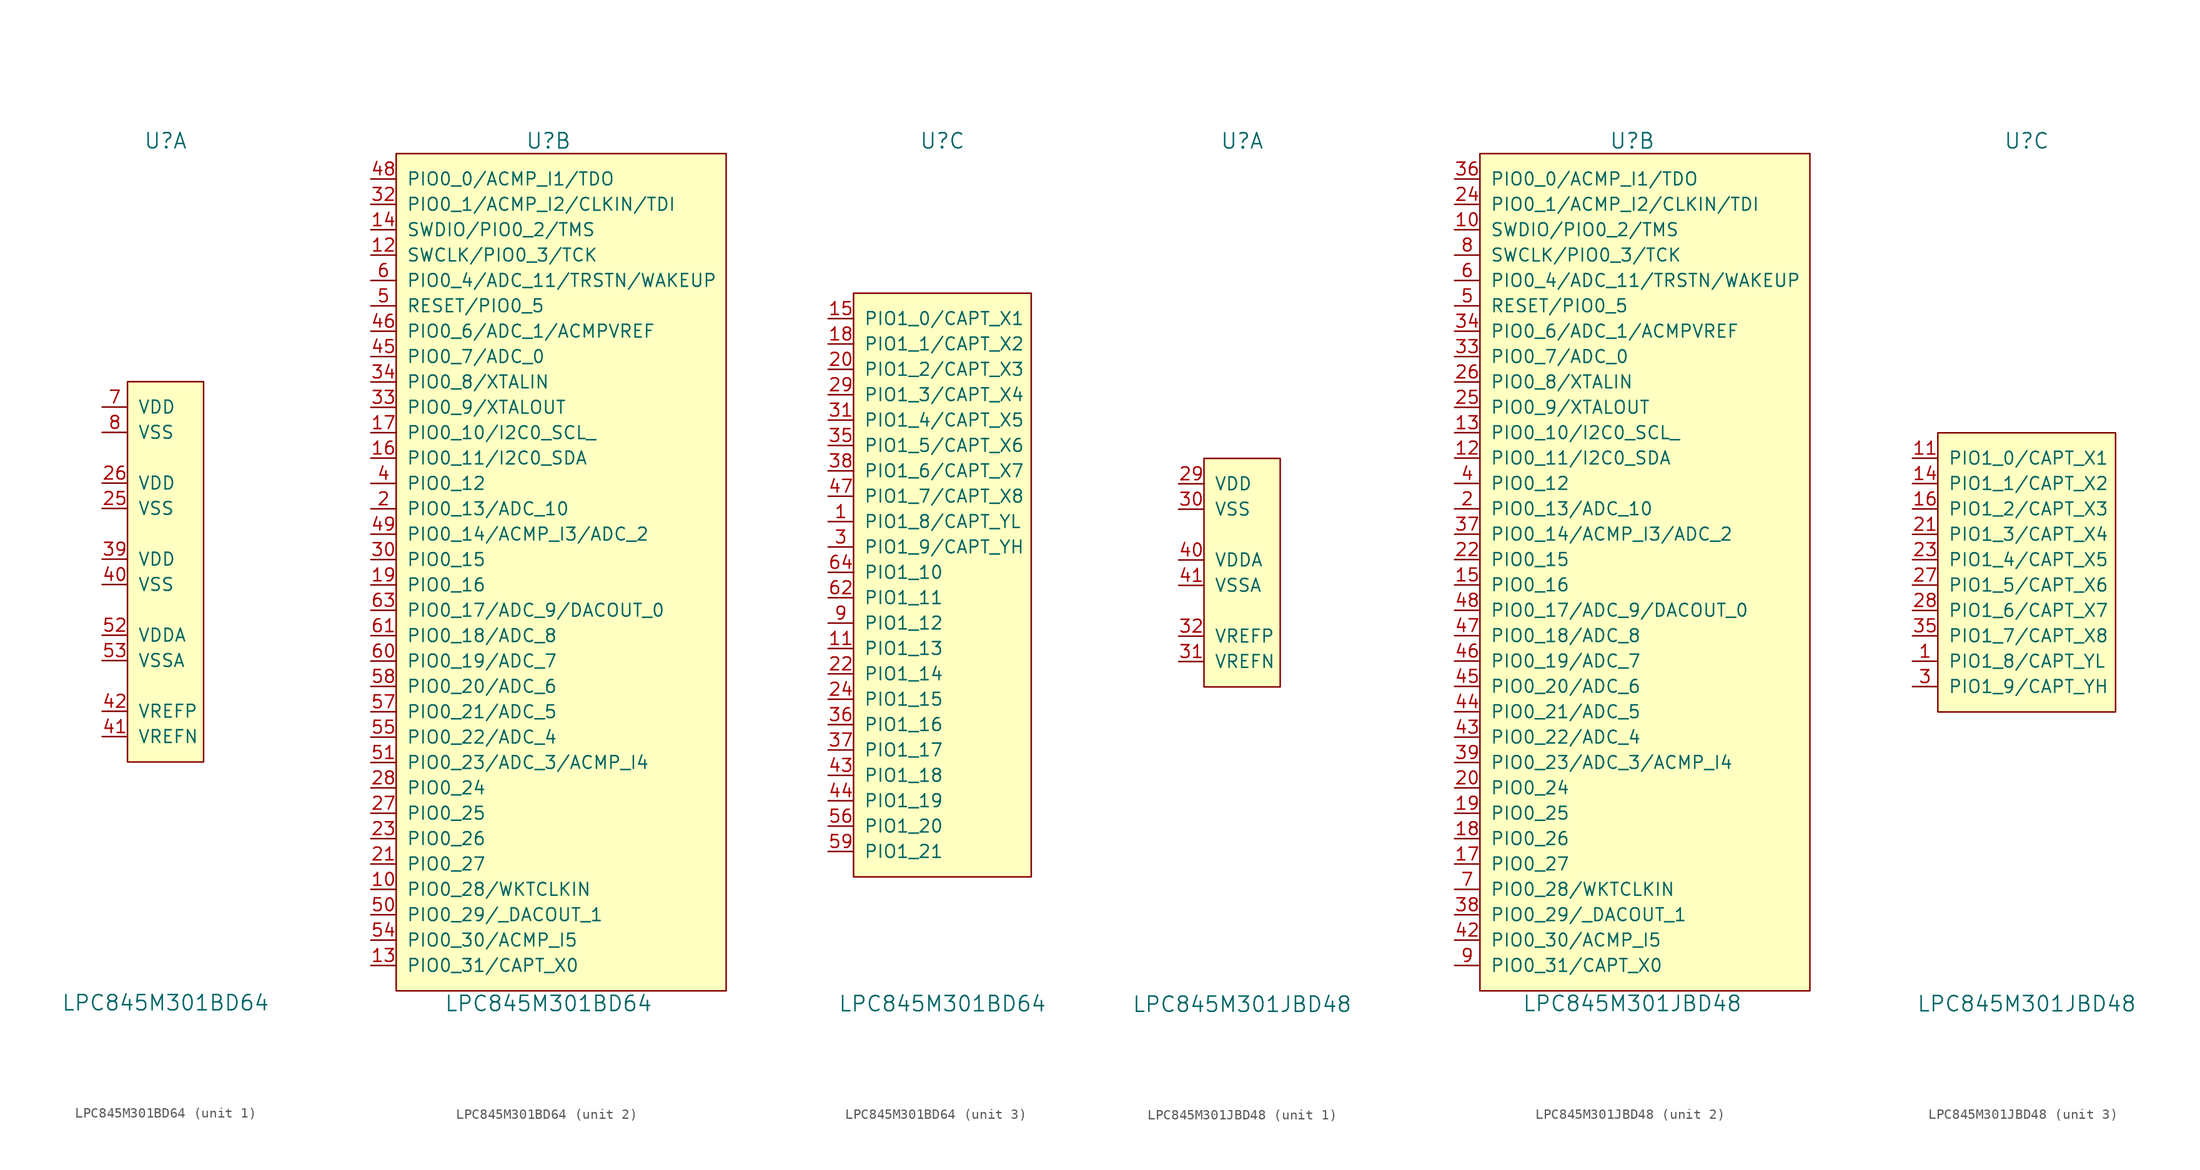
<source format=kicad_sym>
(kicad_symbol_lib
  (version 20211014)
  (generator kicad_symbol_editor)
  (symbol "LPC845M301BD64"
    (pin_names
      (offset 1.016))
    (property "Reference" "U"
      (at 0 43.18 0)
      (effects (font (size 1.524 1.524))))
    (property "Value" "LPC845M301BD64"
      (at 0 -43.18 0)
      (effects (font (size 1.524 1.524))))
    (property "ki_locked" ""
      (at 0 0 0)
      (effects (font (size 1.27 1.27))))
    (symbol "LPC845M301BD64_1_1"
      (rectangle (start -3.81 19.05) (end 3.81 -19.05) (stroke (width 0) (type default) (color 0 0 0 0)) (fill (type background)))
      (pin power_in line (at -6.35 6.35 0) (length 2.54) (name "VSS" (effects (font (size 1.27 1.27)))) (number "25" (effects (font (size 1.27 1.27)))))
      (pin power_in line (at -6.35 8.89 0) (length 2.54) (name "VDD" (effects (font (size 1.27 1.27)))) (number "26" (effects (font (size 1.27 1.27)))))
      (pin power_in line (at -6.35 1.27 0) (length 2.54) (name "VDD" (effects (font (size 1.27 1.27)))) (number "39" (effects (font (size 1.27 1.27)))))
      (pin power_in line (at -6.35 -1.27 0) (length 2.54) (name "VSS" (effects (font (size 1.27 1.27)))) (number "40" (effects (font (size 1.27 1.27)))))
      (pin power_in line (at -6.35 -16.51 0) (length 2.54) (name "VREFN" (effects (font (size 1.27 1.27)))) (number "41" (effects (font (size 1.27 1.27)))))
      (pin power_in line (at -6.35 -13.97 0) (length 2.54) (name "VREFP" (effects (font (size 1.27 1.27)))) (number "42" (effects (font (size 1.27 1.27)))))
      (pin power_in line (at -6.35 -6.35 0) (length 2.54) (name "VDDA" (effects (font (size 1.27 1.27)))) (number "52" (effects (font (size 1.27 1.27)))))
      (pin power_in line (at -6.35 -8.89 0) (length 2.54) (name "VSSA" (effects (font (size 1.27 1.27)))) (number "53" (effects (font (size 1.27 1.27)))))
      (pin power_in line (at -6.35 16.51 0) (length 2.54) (name "VDD" (effects (font (size 1.27 1.27)))) (number "7" (effects (font (size 1.27 1.27)))))
      (pin power_in line (at -6.35 13.97 0) (length 2.54) (name "VSS" (effects (font (size 1.27 1.27)))) (number "8" (effects (font (size 1.27 1.27))))))
    (symbol "LPC845M301BD64_2_1"
      (rectangle (start -15.24 41.91) (end 17.78 -41.91) (stroke (width 0) (type default) (color 0 0 0 0)) (fill (type background)))
      (pin bidirectional line (at -17.78 -31.75 0) (length 2.54) (name "PIO0_28/WKTCLKIN" (effects (font (size 1.27 1.27)))) (number "10" (effects (font (size 1.27 1.27)))))
      (pin bidirectional line (at -17.78 31.75 0) (length 2.54) (name "SWCLK/PIO0_3/TCK" (effects (font (size 1.27 1.27)))) (number "12" (effects (font (size 1.27 1.27)))))
      (pin bidirectional line (at -17.78 -39.37 0) (length 2.54) (name "PIO0_31/CAPT_X0" (effects (font (size 1.27 1.27)))) (number "13" (effects (font (size 1.27 1.27)))))
      (pin bidirectional line (at -17.78 34.29 0) (length 2.54) (name "SWDIO/PIO0_2/TMS" (effects (font (size 1.27 1.27)))) (number "14" (effects (font (size 1.27 1.27)))))
      (pin bidirectional line (at -17.78 11.43 0) (length 2.54) (name "PIO0_11/I2C0_SDA" (effects (font (size 1.27 1.27)))) (number "16" (effects (font (size 1.27 1.27)))))
      (pin bidirectional line (at -17.78 13.97 0) (length 2.54) (name "PIO0_10/I2C0_SCL_" (effects (font (size 1.27 1.27)))) (number "17" (effects (font (size 1.27 1.27)))))
      (pin bidirectional line (at -17.78 -1.27 0) (length 2.54) (name "PIO0_16" (effects (font (size 1.27 1.27)))) (number "19" (effects (font (size 1.27 1.27)))))
      (pin bidirectional line (at -17.78 6.35 0) (length 2.54) (name "PIO0_13/ADC_10" (effects (font (size 1.27 1.27)))) (number "2" (effects (font (size 1.27 1.27)))))
      (pin bidirectional line (at -17.78 -29.21 0) (length 2.54) (name "PIO0_27" (effects (font (size 1.27 1.27)))) (number "21" (effects (font (size 1.27 1.27)))))
      (pin bidirectional line (at -17.78 -26.67 0) (length 2.54) (name "PIO0_26" (effects (font (size 1.27 1.27)))) (number "23" (effects (font (size 1.27 1.27)))))
      (pin bidirectional line (at -17.78 -24.13 0) (length 2.54) (name "PIO0_25" (effects (font (size 1.27 1.27)))) (number "27" (effects (font (size 1.27 1.27)))))
      (pin bidirectional line (at -17.78 -21.59 0) (length 2.54) (name "PIO0_24" (effects (font (size 1.27 1.27)))) (number "28" (effects (font (size 1.27 1.27)))))
      (pin bidirectional line (at -17.78 1.27 0) (length 2.54) (name "PIO0_15" (effects (font (size 1.27 1.27)))) (number "30" (effects (font (size 1.27 1.27)))))
      (pin bidirectional line (at -17.78 36.83 0) (length 2.54) (name "PIO0_1/ACMP_I2/CLKIN/TDI" (effects (font (size 1.27 1.27)))) (number "32" (effects (font (size 1.27 1.27)))))
      (pin bidirectional line (at -17.78 16.51 0) (length 2.54) (name "PIO0_9/XTALOUT" (effects (font (size 1.27 1.27)))) (number "33" (effects (font (size 1.27 1.27)))))
      (pin bidirectional line (at -17.78 19.05 0) (length 2.54) (name "PIO0_8/XTALIN" (effects (font (size 1.27 1.27)))) (number "34" (effects (font (size 1.27 1.27)))))
      (pin bidirectional line (at -17.78 8.89 0) (length 2.54) (name "PIO0_12" (effects (font (size 1.27 1.27)))) (number "4" (effects (font (size 1.27 1.27)))))
      (pin bidirectional line (at -17.78 21.59 0) (length 2.54) (name "PIO0_7/ADC_0" (effects (font (size 1.27 1.27)))) (number "45" (effects (font (size 1.27 1.27)))))
      (pin bidirectional line (at -17.78 24.13 0) (length 2.54) (name "PIO0_6/ADC_1/ACMPVREF" (effects (font (size 1.27 1.27)))) (number "46" (effects (font (size 1.27 1.27)))))
      (pin bidirectional line (at -17.78 39.37 0) (length 2.54) (name "PIO0_0/ACMP_I1/TDO" (effects (font (size 1.27 1.27)))) (number "48" (effects (font (size 1.27 1.27)))))
      (pin bidirectional line (at -17.78 3.81 0) (length 2.54) (name "PIO0_14/ACMP_I3/ADC_2" (effects (font (size 1.27 1.27)))) (number "49" (effects (font (size 1.27 1.27)))))
      (pin bidirectional line (at -17.78 26.67 0) (length 2.54) (name "RESET/PIO0_5" (effects (font (size 1.27 1.27)))) (number "5" (effects (font (size 1.27 1.27)))))
      (pin bidirectional line (at -17.78 -34.29 0) (length 2.54) (name "PIO0_29/_DACOUT_1" (effects (font (size 1.27 1.27)))) (number "50" (effects (font (size 1.27 1.27)))))
      (pin bidirectional line (at -17.78 -19.05 0) (length 2.54) (name "PIO0_23/ADC_3/ACMP_I4" (effects (font (size 1.27 1.27)))) (number "51" (effects (font (size 1.27 1.27)))))
      (pin bidirectional line (at -17.78 -36.83 0) (length 2.54) (name "PIO0_30/ACMP_I5" (effects (font (size 1.27 1.27)))) (number "54" (effects (font (size 1.27 1.27)))))
      (pin bidirectional line (at -17.78 -16.51 0) (length 2.54) (name "PIO0_22/ADC_4" (effects (font (size 1.27 1.27)))) (number "55" (effects (font (size 1.27 1.27)))))
      (pin bidirectional line (at -17.78 -13.97 0) (length 2.54) (name "PIO0_21/ADC_5" (effects (font (size 1.27 1.27)))) (number "57" (effects (font (size 1.27 1.27)))))
      (pin bidirectional line (at -17.78 -11.43 0) (length 2.54) (name "PIO0_20/ADC_6" (effects (font (size 1.27 1.27)))) (number "58" (effects (font (size 1.27 1.27)))))
      (pin bidirectional line (at -17.78 29.21 0) (length 2.54) (name "PIO0_4/ADC_11/TRSTN/WAKEUP" (effects (font (size 1.27 1.27)))) (number "6" (effects (font (size 1.27 1.27)))))
      (pin bidirectional line (at -17.78 -8.89 0) (length 2.54) (name "PIO0_19/ADC_7" (effects (font (size 1.27 1.27)))) (number "60" (effects (font (size 1.27 1.27)))))
      (pin bidirectional line (at -17.78 -6.35 0) (length 2.54) (name "PIO0_18/ADC_8" (effects (font (size 1.27 1.27)))) (number "61" (effects (font (size 1.27 1.27)))))
      (pin bidirectional line (at -17.78 -3.81 0) (length 2.54) (name "PIO0_17/ADC_9/DACOUT_0" (effects (font (size 1.27 1.27)))) (number "63" (effects (font (size 1.27 1.27))))))
    (symbol "LPC845M301BD64_3_1"
      (rectangle (start -8.89 27.94) (end 8.89 -30.48) (stroke (width 0) (type default) (color 0 0 0 0)) (fill (type background)))
      (pin bidirectional line (at -11.43 5.08 0) (length 2.54) (name "PIO1_8/CAPT_YL" (effects (font (size 1.27 1.27)))) (number "1" (effects (font (size 1.27 1.27)))))
      (pin bidirectional line (at -11.43 -7.62 0) (length 2.54) (name "PIO1_13" (effects (font (size 1.27 1.27)))) (number "11" (effects (font (size 1.27 1.27)))))
      (pin bidirectional line (at -11.43 25.4 0) (length 2.54) (name "PIO1_0/CAPT_X1" (effects (font (size 1.27 1.27)))) (number "15" (effects (font (size 1.27 1.27)))))
      (pin bidirectional line (at -11.43 22.86 0) (length 2.54) (name "PIO1_1/CAPT_X2" (effects (font (size 1.27 1.27)))) (number "18" (effects (font (size 1.27 1.27)))))
      (pin bidirectional line (at -11.43 20.32 0) (length 2.54) (name "PIO1_2/CAPT_X3" (effects (font (size 1.27 1.27)))) (number "20" (effects (font (size 1.27 1.27)))))
      (pin bidirectional line (at -11.43 -10.16 0) (length 2.54) (name "PIO1_14" (effects (font (size 1.27 1.27)))) (number "22" (effects (font (size 1.27 1.27)))))
      (pin bidirectional line (at -11.43 -12.7 0) (length 2.54) (name "PIO1_15" (effects (font (size 1.27 1.27)))) (number "24" (effects (font (size 1.27 1.27)))))
      (pin bidirectional line (at -11.43 17.78 0) (length 2.54) (name "PIO1_3/CAPT_X4" (effects (font (size 1.27 1.27)))) (number "29" (effects (font (size 1.27 1.27)))))
      (pin bidirectional line (at -11.43 2.54 0) (length 2.54) (name "PIO1_9/CAPT_YH" (effects (font (size 1.27 1.27)))) (number "3" (effects (font (size 1.27 1.27)))))
      (pin bidirectional line (at -11.43 15.24 0) (length 2.54) (name "PIO1_4/CAPT_X5" (effects (font (size 1.27 1.27)))) (number "31" (effects (font (size 1.27 1.27)))))
      (pin bidirectional line (at -11.43 12.7 0) (length 2.54) (name "PIO1_5/CAPT_X6" (effects (font (size 1.27 1.27)))) (number "35" (effects (font (size 1.27 1.27)))))
      (pin bidirectional line (at -11.43 -15.24 0) (length 2.54) (name "PIO1_16" (effects (font (size 1.27 1.27)))) (number "36" (effects (font (size 1.27 1.27)))))
      (pin bidirectional line (at -11.43 -17.78 0) (length 2.54) (name "PIO1_17" (effects (font (size 1.27 1.27)))) (number "37" (effects (font (size 1.27 1.27)))))
      (pin bidirectional line (at -11.43 10.16 0) (length 2.54) (name "PIO1_6/CAPT_X7" (effects (font (size 1.27 1.27)))) (number "38" (effects (font (size 1.27 1.27)))))
      (pin bidirectional line (at -11.43 -20.32 0) (length 2.54) (name "PIO1_18" (effects (font (size 1.27 1.27)))) (number "43" (effects (font (size 1.27 1.27)))))
      (pin bidirectional line (at -11.43 -22.86 0) (length 2.54) (name "PIO1_19" (effects (font (size 1.27 1.27)))) (number "44" (effects (font (size 1.27 1.27)))))
      (pin bidirectional line (at -11.43 7.62 0) (length 2.54) (name "PIO1_7/CAPT_X8" (effects (font (size 1.27 1.27)))) (number "47" (effects (font (size 1.27 1.27)))))
      (pin bidirectional line (at -11.43 -25.4 0) (length 2.54) (name "PIO1_20" (effects (font (size 1.27 1.27)))) (number "56" (effects (font (size 1.27 1.27)))))
      (pin bidirectional line (at -11.43 -27.94 0) (length 2.54) (name "PIO1_21" (effects (font (size 1.27 1.27)))) (number "59" (effects (font (size 1.27 1.27)))))
      (pin bidirectional line (at -11.43 -2.54 0) (length 2.54) (name "PIO1_11" (effects (font (size 1.27 1.27)))) (number "62" (effects (font (size 1.27 1.27)))))
      (pin bidirectional line (at -11.43 0 0) (length 2.54) (name "PIO1_10" (effects (font (size 1.27 1.27)))) (number "64" (effects (font (size 1.27 1.27)))))
      (pin bidirectional line (at -11.43 -5.08 0) (length 2.54) (name "PIO1_12" (effects (font (size 1.27 1.27)))) (number "9" (effects (font (size 1.27 1.27)))))))
  (symbol "LPC845M301JBD48"
    (pin_names
      (offset 1.016))
    (property "Reference" "U"
      (at 0 43.18 0)
      (effects (font (size 1.524 1.524))))
    (property "Value" "LPC845M301JBD48"
      (at 0 -43.18 0)
      (effects (font (size 1.524 1.524))))
    (property "ki_locked" ""
      (at 0 0 0)
      (effects (font (size 1.27 1.27))))
    (symbol "LPC845M301JBD48_1_1"
      (rectangle (start -3.81 11.43) (end 3.81 -11.43) (stroke (width 0) (type default) (color 0 0 0 0)) (fill (type background)))
      (pin power_in line (at -6.35 8.89 0) (length 2.54) (name "VDD" (effects (font (size 1.27 1.27)))) (number "29" (effects (font (size 1.27 1.27)))))
      (pin power_in line (at -6.35 6.35 0) (length 2.54) (name "VSS" (effects (font (size 1.27 1.27)))) (number "30" (effects (font (size 1.27 1.27)))))
      (pin power_in line (at -6.35 -8.89 0) (length 2.54) (name "VREFN" (effects (font (size 1.27 1.27)))) (number "31" (effects (font (size 1.27 1.27)))))
      (pin power_in line (at -6.35 -6.35 0) (length 2.54) (name "VREFP" (effects (font (size 1.27 1.27)))) (number "32" (effects (font (size 1.27 1.27)))))
      (pin power_in line (at -6.35 1.27 0) (length 2.54) (name "VDDA" (effects (font (size 1.27 1.27)))) (number "40" (effects (font (size 1.27 1.27)))))
      (pin power_in line (at -6.35 -1.27 0) (length 2.54) (name "VSSA" (effects (font (size 1.27 1.27)))) (number "41" (effects (font (size 1.27 1.27))))))
    (symbol "LPC845M301JBD48_2_1"
      (rectangle (start -15.24 41.91) (end 17.78 -41.91) (stroke (width 0) (type default) (color 0 0 0 0)) (fill (type background)))
      (pin bidirectional line (at -17.78 34.29 0) (length 2.54) (name "SWDIO/PIO0_2/TMS" (effects (font (size 1.27 1.27)))) (number "10" (effects (font (size 1.27 1.27)))))
      (pin bidirectional line (at -17.78 11.43 0) (length 2.54) (name "PIO0_11/I2C0_SDA" (effects (font (size 1.27 1.27)))) (number "12" (effects (font (size 1.27 1.27)))))
      (pin bidirectional line (at -17.78 13.97 0) (length 2.54) (name "PIO0_10/I2C0_SCL_" (effects (font (size 1.27 1.27)))) (number "13" (effects (font (size 1.27 1.27)))))
      (pin bidirectional line (at -17.78 -1.27 0) (length 2.54) (name "PIO0_16" (effects (font (size 1.27 1.27)))) (number "15" (effects (font (size 1.27 1.27)))))
      (pin bidirectional line (at -17.78 -29.21 0) (length 2.54) (name "PIO0_27" (effects (font (size 1.27 1.27)))) (number "17" (effects (font (size 1.27 1.27)))))
      (pin bidirectional line (at -17.78 -26.67 0) (length 2.54) (name "PIO0_26" (effects (font (size 1.27 1.27)))) (number "18" (effects (font (size 1.27 1.27)))))
      (pin bidirectional line (at -17.78 -24.13 0) (length 2.54) (name "PIO0_25" (effects (font (size 1.27 1.27)))) (number "19" (effects (font (size 1.27 1.27)))))
      (pin bidirectional line (at -17.78 6.35 0) (length 2.54) (name "PIO0_13/ADC_10" (effects (font (size 1.27 1.27)))) (number "2" (effects (font (size 1.27 1.27)))))
      (pin bidirectional line (at -17.78 -21.59 0) (length 2.54) (name "PIO0_24" (effects (font (size 1.27 1.27)))) (number "20" (effects (font (size 1.27 1.27)))))
      (pin bidirectional line (at -17.78 1.27 0) (length 2.54) (name "PIO0_15" (effects (font (size 1.27 1.27)))) (number "22" (effects (font (size 1.27 1.27)))))
      (pin bidirectional line (at -17.78 36.83 0) (length 2.54) (name "PIO0_1/ACMP_I2/CLKIN/TDI" (effects (font (size 1.27 1.27)))) (number "24" (effects (font (size 1.27 1.27)))))
      (pin bidirectional line (at -17.78 16.51 0) (length 2.54) (name "PIO0_9/XTALOUT" (effects (font (size 1.27 1.27)))) (number "25" (effects (font (size 1.27 1.27)))))
      (pin bidirectional line (at -17.78 19.05 0) (length 2.54) (name "PIO0_8/XTALIN" (effects (font (size 1.27 1.27)))) (number "26" (effects (font (size 1.27 1.27)))))
      (pin bidirectional line (at -17.78 21.59 0) (length 2.54) (name "PIO0_7/ADC_0" (effects (font (size 1.27 1.27)))) (number "33" (effects (font (size 1.27 1.27)))))
      (pin bidirectional line (at -17.78 24.13 0) (length 2.54) (name "PIO0_6/ADC_1/ACMPVREF" (effects (font (size 1.27 1.27)))) (number "34" (effects (font (size 1.27 1.27)))))
      (pin bidirectional line (at -17.78 39.37 0) (length 2.54) (name "PIO0_0/ACMP_I1/TDO" (effects (font (size 1.27 1.27)))) (number "36" (effects (font (size 1.27 1.27)))))
      (pin bidirectional line (at -17.78 3.81 0) (length 2.54) (name "PIO0_14/ACMP_I3/ADC_2" (effects (font (size 1.27 1.27)))) (number "37" (effects (font (size 1.27 1.27)))))
      (pin bidirectional line (at -17.78 -34.29 0) (length 2.54) (name "PIO0_29/_DACOUT_1" (effects (font (size 1.27 1.27)))) (number "38" (effects (font (size 1.27 1.27)))))
      (pin bidirectional line (at -17.78 -19.05 0) (length 2.54) (name "PIO0_23/ADC_3/ACMP_I4" (effects (font (size 1.27 1.27)))) (number "39" (effects (font (size 1.27 1.27)))))
      (pin bidirectional line (at -17.78 8.89 0) (length 2.54) (name "PIO0_12" (effects (font (size 1.27 1.27)))) (number "4" (effects (font (size 1.27 1.27)))))
      (pin bidirectional line (at -17.78 -36.83 0) (length 2.54) (name "PIO0_30/ACMP_I5" (effects (font (size 1.27 1.27)))) (number "42" (effects (font (size 1.27 1.27)))))
      (pin bidirectional line (at -17.78 -16.51 0) (length 2.54) (name "PIO0_22/ADC_4" (effects (font (size 1.27 1.27)))) (number "43" (effects (font (size 1.27 1.27)))))
      (pin bidirectional line (at -17.78 -13.97 0) (length 2.54) (name "PIO0_21/ADC_5" (effects (font (size 1.27 1.27)))) (number "44" (effects (font (size 1.27 1.27)))))
      (pin bidirectional line (at -17.78 -11.43 0) (length 2.54) (name "PIO0_20/ADC_6" (effects (font (size 1.27 1.27)))) (number "45" (effects (font (size 1.27 1.27)))))
      (pin bidirectional line (at -17.78 -8.89 0) (length 2.54) (name "PIO0_19/ADC_7" (effects (font (size 1.27 1.27)))) (number "46" (effects (font (size 1.27 1.27)))))
      (pin bidirectional line (at -17.78 -6.35 0) (length 2.54) (name "PIO0_18/ADC_8" (effects (font (size 1.27 1.27)))) (number "47" (effects (font (size 1.27 1.27)))))
      (pin bidirectional line (at -17.78 -3.81 0) (length 2.54) (name "PIO0_17/ADC_9/DACOUT_0" (effects (font (size 1.27 1.27)))) (number "48" (effects (font (size 1.27 1.27)))))
      (pin bidirectional line (at -17.78 26.67 0) (length 2.54) (name "RESET/PIO0_5" (effects (font (size 1.27 1.27)))) (number "5" (effects (font (size 1.27 1.27)))))
      (pin bidirectional line (at -17.78 29.21 0) (length 2.54) (name "PIO0_4/ADC_11/TRSTN/WAKEUP" (effects (font (size 1.27 1.27)))) (number "6" (effects (font (size 1.27 1.27)))))
      (pin bidirectional line (at -17.78 -31.75 0) (length 2.54) (name "PIO0_28/WKTCLKIN" (effects (font (size 1.27 1.27)))) (number "7" (effects (font (size 1.27 1.27)))))
      (pin bidirectional line (at -17.78 31.75 0) (length 2.54) (name "SWCLK/PIO0_3/TCK" (effects (font (size 1.27 1.27)))) (number "8" (effects (font (size 1.27 1.27)))))
      (pin bidirectional line (at -17.78 -39.37 0) (length 2.54) (name "PIO0_31/CAPT_X0" (effects (font (size 1.27 1.27)))) (number "9" (effects (font (size 1.27 1.27))))))
    (symbol "LPC845M301JBD48_3_1"
      (rectangle (start -8.89 13.97) (end 8.89 -13.97) (stroke (width 0) (type default) (color 0 0 0 0)) (fill (type background)))
      (pin bidirectional line (at -11.43 -8.89 0) (length 2.54) (name "PIO1_8/CAPT_YL" (effects (font (size 1.27 1.27)))) (number "1" (effects (font (size 1.27 1.27)))))
      (pin bidirectional line (at -11.43 11.43 0) (length 2.54) (name "PIO1_0/CAPT_X1" (effects (font (size 1.27 1.27)))) (number "11" (effects (font (size 1.27 1.27)))))
      (pin bidirectional line (at -11.43 8.89 0) (length 2.54) (name "PIO1_1/CAPT_X2" (effects (font (size 1.27 1.27)))) (number "14" (effects (font (size 1.27 1.27)))))
      (pin bidirectional line (at -11.43 6.35 0) (length 2.54) (name "PIO1_2/CAPT_X3" (effects (font (size 1.27 1.27)))) (number "16" (effects (font (size 1.27 1.27)))))
      (pin bidirectional line (at -11.43 3.81 0) (length 2.54) (name "PIO1_3/CAPT_X4" (effects (font (size 1.27 1.27)))) (number "21" (effects (font (size 1.27 1.27)))))
      (pin bidirectional line (at -11.43 1.27 0) (length 2.54) (name "PIO1_4/CAPT_X5" (effects (font (size 1.27 1.27)))) (number "23" (effects (font (size 1.27 1.27)))))
      (pin bidirectional line (at -11.43 -1.27 0) (length 2.54) (name "PIO1_5/CAPT_X6" (effects (font (size 1.27 1.27)))) (number "27" (effects (font (size 1.27 1.27)))))
      (pin bidirectional line (at -11.43 -3.81 0) (length 2.54) (name "PIO1_6/CAPT_X7" (effects (font (size 1.27 1.27)))) (number "28" (effects (font (size 1.27 1.27)))))
      (pin bidirectional line (at -11.43 -11.43 0) (length 2.54) (name "PIO1_9/CAPT_YH" (effects (font (size 1.27 1.27)))) (number "3" (effects (font (size 1.27 1.27)))))
      (pin bidirectional line (at -11.43 -6.35 0) (length 2.54) (name "PIO1_7/CAPT_X8" (effects (font (size 1.27 1.27)))) (number "35" (effects (font (size 1.27 1.27))))))))
</source>
